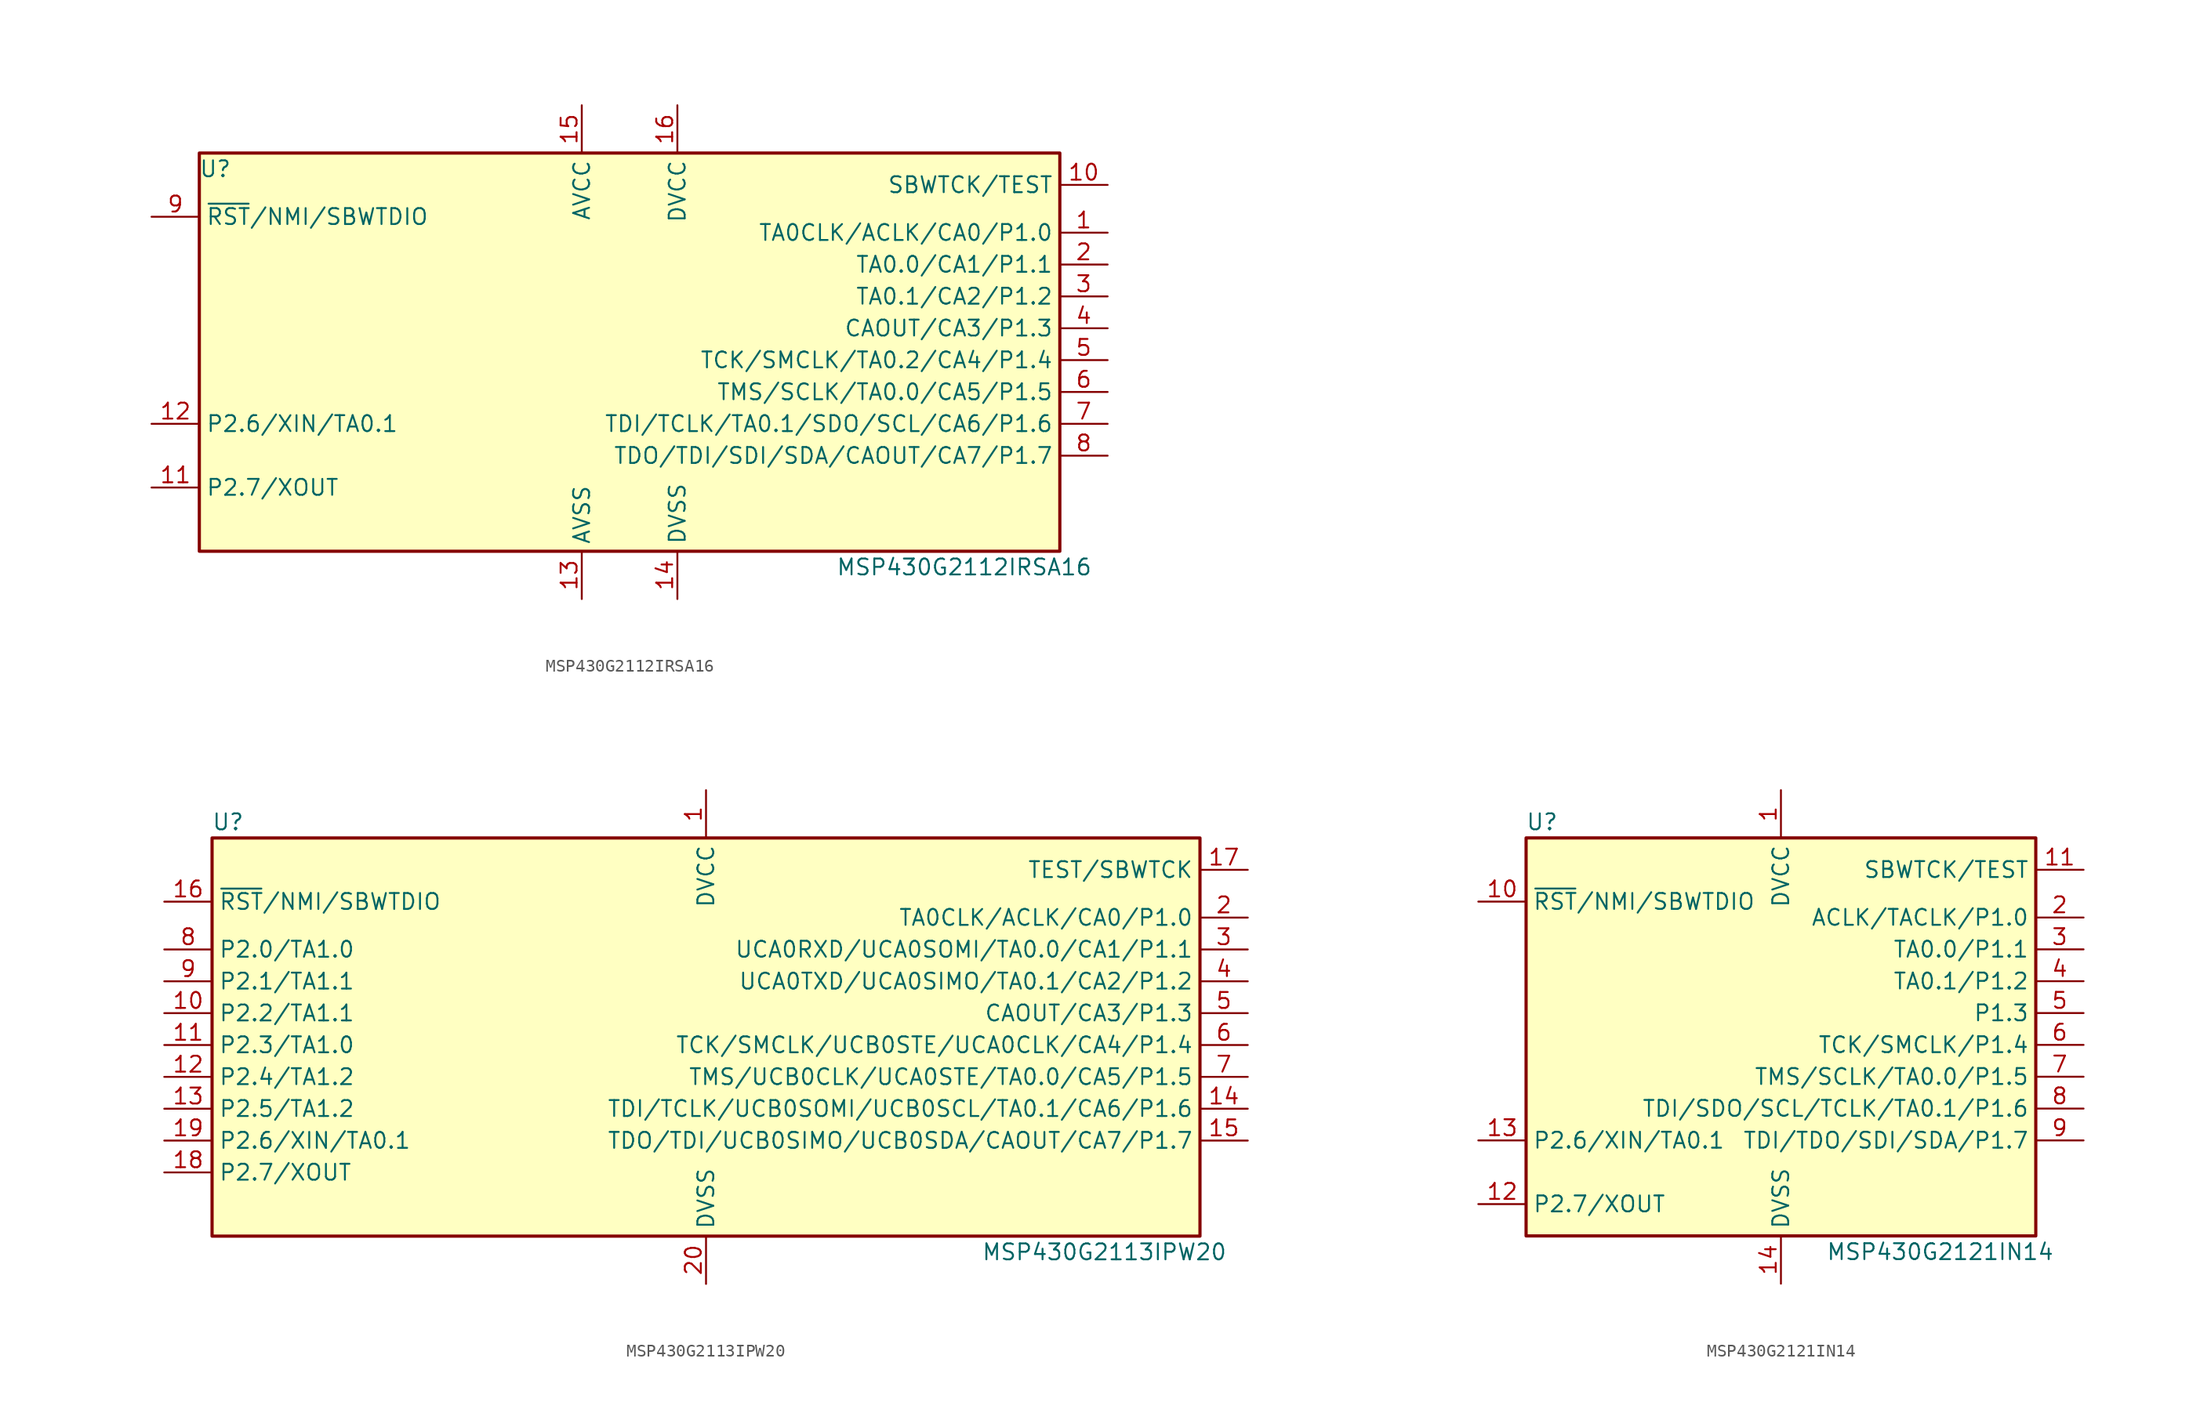
<source format=kicad_sym>
(kicad_symbol_lib
  (version 20231120)
  (generator "kicad_symbol_editor")
  (generator_version "8.0")
  (symbol "MSP430G2112IRSA16"
    (property "Reference" "U"
      (at -33.02 15.24 0)
      (effects (font (size 1.27 1.27))))
    (property "Value" "MSP430G2112IRSA16"
      (at 26.67 -16.51 0)
      (effects (font (size 1.27 1.27))))
    (symbol "MSP430G2112IRSA16_0_1"
      (rectangle (start -34.29 16.51) (end 34.29 -15.24) (stroke (width 0.254) (type default)) (fill (type background))))
    (symbol "MSP430G2112IRSA16_1_1"
      (pin bidirectional line (at 38.1 10.16 180) (length 3.81) (name "TA0CLK/ACLK/CA0/P1.0" (effects (font (size 1.27 1.27)))) (number "1" (effects (font (size 1.27 1.27)))))
      (pin input line (at 38.1 13.97 180) (length 3.81) (name "SBWTCK/TEST" (effects (font (size 1.27 1.27)))) (number "10" (effects (font (size 1.27 1.27)))))
      (pin bidirectional line (at -38.1 -10.16 0) (length 3.81) (name "P2.7/XOUT" (effects (font (size 1.27 1.27)))) (number "11" (effects (font (size 1.27 1.27)))))
      (pin bidirectional line (at -38.1 -5.08 0) (length 3.81) (name "P2.6/XIN/TA0.1" (effects (font (size 1.27 1.27)))) (number "12" (effects (font (size 1.27 1.27)))))
      (pin power_in line (at -3.81 -19.05 90) (length 3.81) (name "AVSS" (effects (font (size 1.27 1.27)))) (number "13" (effects (font (size 1.27 1.27)))))
      (pin power_in line (at 3.81 -19.05 90) (length 3.81) (name "DVSS" (effects (font (size 1.27 1.27)))) (number "14" (effects (font (size 1.27 1.27)))))
      (pin power_in line (at -3.81 20.32 270) (length 3.81) (name "AVCC" (effects (font (size 1.27 1.27)))) (number "15" (effects (font (size 1.27 1.27)))))
      (pin power_in line (at 3.81 20.32 270) (length 3.81) (name "DVCC" (effects (font (size 1.27 1.27)))) (number "16" (effects (font (size 1.27 1.27)))))
      (pin bidirectional line (at 38.1 7.62 180) (length 3.81) (name "TA0.0/CA1/P1.1" (effects (font (size 1.27 1.27)))) (number "2" (effects (font (size 1.27 1.27)))))
      (pin bidirectional line (at 38.1 5.08 180) (length 3.81) (name "TA0.1/CA2/P1.2" (effects (font (size 1.27 1.27)))) (number "3" (effects (font (size 1.27 1.27)))))
      (pin bidirectional line (at 38.1 2.54 180) (length 3.81) (name "CAOUT/CA3/P1.3" (effects (font (size 1.27 1.27)))) (number "4" (effects (font (size 1.27 1.27)))))
      (pin bidirectional line (at 38.1 0 180) (length 3.81) (name "TCK/SMCLK/TA0.2/CA4/P1.4" (effects (font (size 1.27 1.27)))) (number "5" (effects (font (size 1.27 1.27)))))
      (pin bidirectional line (at 38.1 -2.54 180) (length 3.81) (name "TMS/SCLK/TA0.0/CA5/P1.5" (effects (font (size 1.27 1.27)))) (number "6" (effects (font (size 1.27 1.27)))))
      (pin bidirectional line (at 38.1 -5.08 180) (length 3.81) (name "TDI/TCLK/TA0.1/SDO/SCL/CA6/P1.6" (effects (font (size 1.27 1.27)))) (number "7" (effects (font (size 1.27 1.27)))))
      (pin bidirectional line (at 38.1 -7.62 180) (length 3.81) (name "TDO/TDI/SDI/SDA/CAOUT/CA7/P1.7" (effects (font (size 1.27 1.27)))) (number "8" (effects (font (size 1.27 1.27)))))
      (pin input line (at -38.1 11.43 0) (length 3.81) (name "~{RST}/NMI/SBWTDIO" (effects (font (size 1.27 1.27)))) (number "9" (effects (font (size 1.27 1.27)))))))
  (symbol "MSP430G2113IPW20"
    (property "Reference" "U"
      (at -38.1 17.78 0)
      (effects (font (size 1.27 1.27))))
    (property "Value" "MSP430G2113IPW20"
      (at 31.75 -16.51 0)
      (effects (font (size 1.27 1.27))))
    (symbol "MSP430G2113IPW20_0_1"
      (rectangle (start -39.37 16.51) (end 39.37 -15.24) (stroke (width 0.254) (type default)) (fill (type background))))
    (symbol "MSP430G2113IPW20_1_1"
      (pin power_in line (at 0 20.32 270) (length 3.81) (name "DVCC" (effects (font (size 1.27 1.27)))) (number "1" (effects (font (size 1.27 1.27)))))
      (pin bidirectional line (at -43.18 2.54 0) (length 3.81) (name "P2.2/TA1.1" (effects (font (size 1.27 1.27)))) (number "10" (effects (font (size 1.27 1.27)))))
      (pin bidirectional line (at -43.18 0 0) (length 3.81) (name "P2.3/TA1.0" (effects (font (size 1.27 1.27)))) (number "11" (effects (font (size 1.27 1.27)))))
      (pin bidirectional line (at -43.18 -2.54 0) (length 3.81) (name "P2.4/TA1.2" (effects (font (size 1.27 1.27)))) (number "12" (effects (font (size 1.27 1.27)))))
      (pin bidirectional line (at -43.18 -5.08 0) (length 3.81) (name "P2.5/TA1.2" (effects (font (size 1.27 1.27)))) (number "13" (effects (font (size 1.27 1.27)))))
      (pin bidirectional line (at 43.18 -5.08 180) (length 3.81) (name "TDI/TCLK/UCB0SOMI/UCB0SCL/TA0.1/CA6/P1.6" (effects (font (size 1.27 1.27)))) (number "14" (effects (font (size 1.27 1.27)))))
      (pin bidirectional line (at 43.18 -7.62 180) (length 3.81) (name "TDO/TDI/UCB0SIMO/UCB0SDA/CAOUT/CA7/P1.7" (effects (font (size 1.27 1.27)))) (number "15" (effects (font (size 1.27 1.27)))))
      (pin input line (at -43.18 11.43 0) (length 3.81) (name "~{RST}/NMI/SBWTDIO" (effects (font (size 1.27 1.27)))) (number "16" (effects (font (size 1.27 1.27)))))
      (pin input line (at 43.18 13.97 180) (length 3.81) (name "TEST/SBWTCK" (effects (font (size 1.27 1.27)))) (number "17" (effects (font (size 1.27 1.27)))))
      (pin bidirectional line (at -43.18 -10.16 0) (length 3.81) (name "P2.7/XOUT" (effects (font (size 1.27 1.27)))) (number "18" (effects (font (size 1.27 1.27)))))
      (pin bidirectional line (at -43.18 -7.62 0) (length 3.81) (name "P2.6/XIN/TA0.1" (effects (font (size 1.27 1.27)))) (number "19" (effects (font (size 1.27 1.27)))))
      (pin bidirectional line (at 43.18 10.16 180) (length 3.81) (name "TA0CLK/ACLK/CA0/P1.0" (effects (font (size 1.27 1.27)))) (number "2" (effects (font (size 1.27 1.27)))))
      (pin power_in line (at 0 -19.05 90) (length 3.81) (name "DVSS" (effects (font (size 1.27 1.27)))) (number "20" (effects (font (size 1.27 1.27)))))
      (pin bidirectional line (at 43.18 7.62 180) (length 3.81) (name "UCA0RXD/UCA0SOMI/TA0.0/CA1/P1.1" (effects (font (size 1.27 1.27)))) (number "3" (effects (font (size 1.27 1.27)))))
      (pin bidirectional line (at 43.18 5.08 180) (length 3.81) (name "UCA0TXD/UCA0SIMO/TA0.1/CA2/P1.2" (effects (font (size 1.27 1.27)))) (number "4" (effects (font (size 1.27 1.27)))))
      (pin bidirectional line (at 43.18 2.54 180) (length 3.81) (name "CAOUT/CA3/P1.3" (effects (font (size 1.27 1.27)))) (number "5" (effects (font (size 1.27 1.27)))))
      (pin bidirectional line (at 43.18 0 180) (length 3.81) (name "TCK/SMCLK/UCB0STE/UCA0CLK/CA4/P1.4" (effects (font (size 1.27 1.27)))) (number "6" (effects (font (size 1.27 1.27)))))
      (pin bidirectional line (at 43.18 -2.54 180) (length 3.81) (name "TMS/UCB0CLK/UCA0STE/TA0.0/CA5/P1.5" (effects (font (size 1.27 1.27)))) (number "7" (effects (font (size 1.27 1.27)))))
      (pin bidirectional line (at -43.18 7.62 0) (length 3.81) (name "P2.0/TA1.0" (effects (font (size 1.27 1.27)))) (number "8" (effects (font (size 1.27 1.27)))))
      (pin bidirectional line (at -43.18 5.08 0) (length 3.81) (name "P2.1/TA1.1" (effects (font (size 1.27 1.27)))) (number "9" (effects (font (size 1.27 1.27)))))))
  (symbol "MSP430G2121IN14"
    (property "Reference" "U"
      (at -19.05 17.78 0)
      (effects (font (size 1.27 1.27))))
    (property "Value" "MSP430G2121IN14"
      (at 12.7 -16.51 0)
      (effects (font (size 1.27 1.27))))
    (symbol "MSP430G2121IN14_0_1"
      (rectangle (start -20.32 16.51) (end 20.32 -15.24) (stroke (width 0.254) (type default)) (fill (type background))))
    (symbol "MSP430G2121IN14_1_1"
      (pin power_in line (at 0 20.32 270) (length 3.81) (name "DVCC" (effects (font (size 1.27 1.27)))) (number "1" (effects (font (size 1.27 1.27)))))
      (pin input line (at -24.13 11.43 0) (length 3.81) (name "~{RST}/NMI/SBWTDIO" (effects (font (size 1.27 1.27)))) (number "10" (effects (font (size 1.27 1.27)))))
      (pin input line (at 24.13 13.97 180) (length 3.81) (name "SBWTCK/TEST" (effects (font (size 1.27 1.27)))) (number "11" (effects (font (size 1.27 1.27)))))
      (pin bidirectional line (at -24.13 -12.7 0) (length 3.81) (name "P2.7/XOUT" (effects (font (size 1.27 1.27)))) (number "12" (effects (font (size 1.27 1.27)))))
      (pin bidirectional line (at -24.13 -7.62 0) (length 3.81) (name "P2.6/XIN/TA0.1" (effects (font (size 1.27 1.27)))) (number "13" (effects (font (size 1.27 1.27)))))
      (pin power_in line (at 0 -19.05 90) (length 3.81) (name "DVSS" (effects (font (size 1.27 1.27)))) (number "14" (effects (font (size 1.27 1.27)))))
      (pin bidirectional line (at 24.13 10.16 180) (length 3.81) (name "ACLK/TACLK/P1.0" (effects (font (size 1.27 1.27)))) (number "2" (effects (font (size 1.27 1.27)))))
      (pin bidirectional line (at 24.13 7.62 180) (length 3.81) (name "TA0.0/P1.1" (effects (font (size 1.27 1.27)))) (number "3" (effects (font (size 1.27 1.27)))))
      (pin bidirectional line (at 24.13 5.08 180) (length 3.81) (name "TA0.1/P1.2" (effects (font (size 1.27 1.27)))) (number "4" (effects (font (size 1.27 1.27)))))
      (pin bidirectional line (at 24.13 2.54 180) (length 3.81) (name "P1.3" (effects (font (size 1.27 1.27)))) (number "5" (effects (font (size 1.27 1.27)))))
      (pin bidirectional line (at 24.13 0 180) (length 3.81) (name "TCK/SMCLK/P1.4" (effects (font (size 1.27 1.27)))) (number "6" (effects (font (size 1.27 1.27)))))
      (pin bidirectional line (at 24.13 -2.54 180) (length 3.81) (name "TMS/SCLK/TA0.0/P1.5" (effects (font (size 1.27 1.27)))) (number "7" (effects (font (size 1.27 1.27)))))
      (pin bidirectional line (at 24.13 -5.08 180) (length 3.81) (name "TDI/SDO/SCL/TCLK/TA0.1/P1.6" (effects (font (size 1.27 1.27)))) (number "8" (effects (font (size 1.27 1.27)))))
      (pin bidirectional line (at 24.13 -7.62 180) (length 3.81) (name "TDI/TDO/SDI/SDA/P1.7" (effects (font (size 1.27 1.27)))) (number "9" (effects (font (size 1.27 1.27))))))))
</source>
